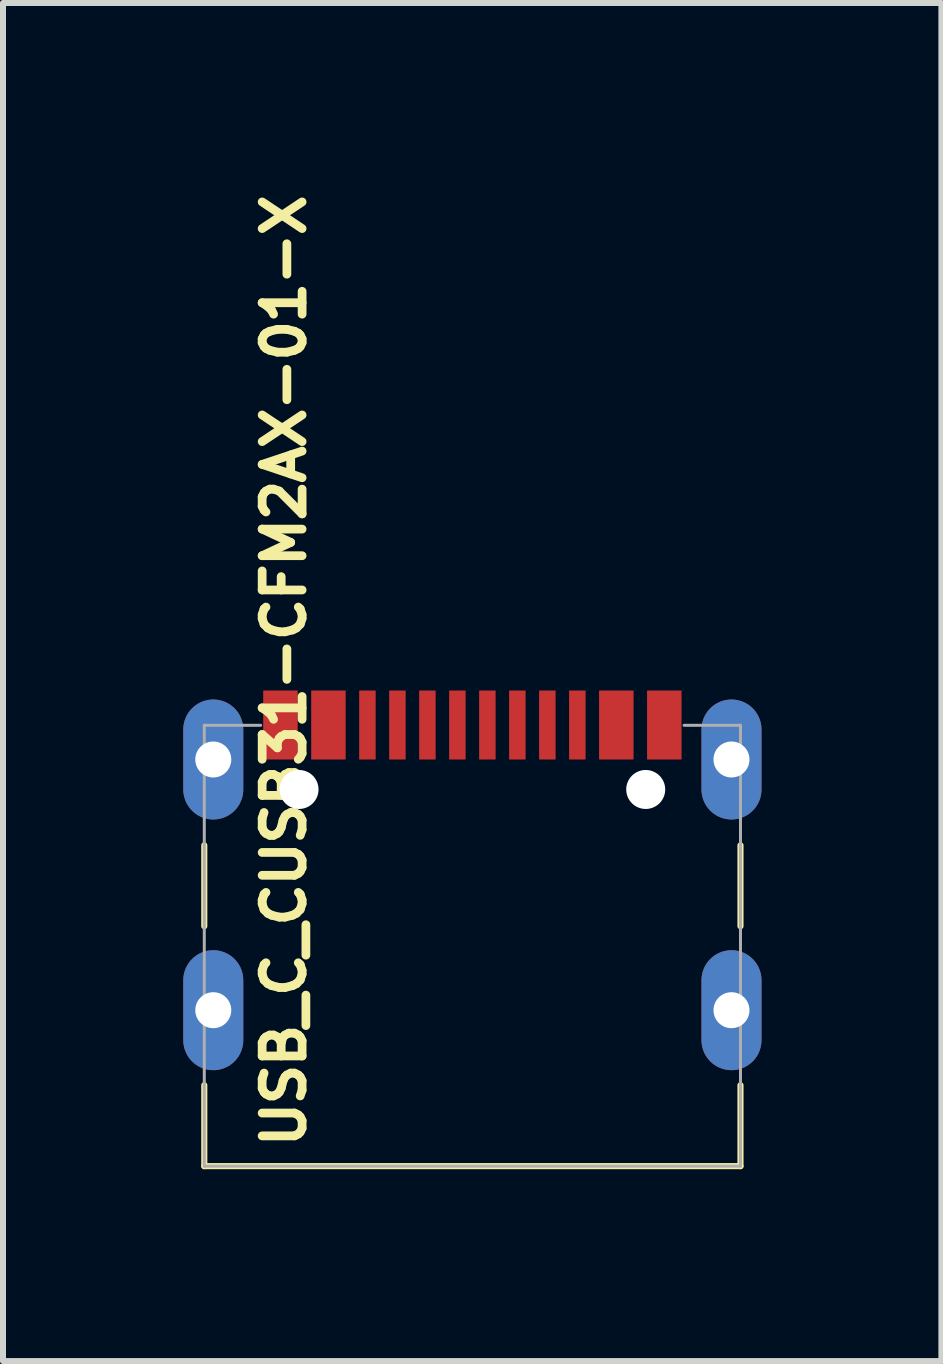
<source format=kicad_pcb>
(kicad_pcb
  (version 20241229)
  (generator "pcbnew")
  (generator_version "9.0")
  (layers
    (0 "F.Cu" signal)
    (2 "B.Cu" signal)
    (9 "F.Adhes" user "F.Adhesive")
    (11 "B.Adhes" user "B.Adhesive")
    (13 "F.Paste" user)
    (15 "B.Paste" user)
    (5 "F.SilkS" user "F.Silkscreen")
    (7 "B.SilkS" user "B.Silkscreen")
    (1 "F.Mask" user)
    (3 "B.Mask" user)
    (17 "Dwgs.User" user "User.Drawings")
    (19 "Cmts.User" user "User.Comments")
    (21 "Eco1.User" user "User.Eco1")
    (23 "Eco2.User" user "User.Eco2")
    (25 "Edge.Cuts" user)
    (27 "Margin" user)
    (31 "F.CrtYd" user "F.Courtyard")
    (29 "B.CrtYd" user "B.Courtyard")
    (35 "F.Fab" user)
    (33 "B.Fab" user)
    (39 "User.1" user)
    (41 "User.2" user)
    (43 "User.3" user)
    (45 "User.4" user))
  (footprint "USB_C_CUSB31-CFM2AX-01-X"
    (layer "F.Cu")
    (at 4.826 16.393)
    (property "Reference" "USB_C_CUSB31-CFM2AX-01-X" (at -2.75 -0.25 90) (unlocked yes) (layer "F.SilkS") (effects (font (size 0.666 0.666) (thickness 0.146)) (justify left bottom)))
    (fp_line (start -4.47 -4) (end -4.47 -5.35) (stroke (width 0.102) (type solid)) (layer "F.SilkS"))
    (fp_line (start -4.47 0) (end -4.47 -1.35) (stroke (width 0.102) (type solid)) (layer "F.SilkS"))
    (fp_line (start 4.47 -5.35) (end 4.47 -4) (stroke (width 0.102) (type solid)) (layer "F.SilkS"))
    (fp_line (start 4.47 -1.35) (end 4.47 0) (stroke (width 0.102) (type solid)) (layer "F.SilkS"))
    (fp_line (start 4.47 0) (end -4.47 0) (stroke (width 0.102) (type solid)) (layer "F.SilkS"))
    (fp_poly (pts (xy -4.169 -7.749) (xy -4.034 -7.68) (xy -3.928 -7.573) (xy -3.835 -7.29) (xy -3.835 -6.274) (xy -3.859 -6.125) (xy -3.928 -5.99) (xy -4.034 -5.883) (xy -4.318 -5.791) (xy -4.449 -5.809) (xy -4.572 -5.859) (xy -4.677 -5.94) (xy -4.758 -6.045) (xy -4.826 -6.299) (xy -4.826 -7.264) (xy -4.809 -7.396) (xy -4.758 -7.518) (xy -4.677 -7.624) (xy -4.572 -7.704) (xy -4.318 -7.772)) (stroke (width 0) (type default)) (fill yes) (layer "F.Paste"))
    (fp_poly (pts (xy -4.156 -3.57) (xy -4.022 -3.502) (xy -3.915 -3.395) (xy -3.823 -3.111) (xy -3.823 -2.095) (xy -3.846 -1.946) (xy -3.915 -1.812) (xy -4.022 -1.705) (xy -4.305 -1.613) (xy -4.437 -1.63) (xy -4.559 -1.681) (xy -4.665 -1.762) (xy -4.745 -1.867) (xy -4.813 -2.121) (xy -4.813 -3.086) (xy -4.796 -3.218) (xy -4.745 -3.34) (xy -4.665 -3.445) (xy -4.559 -3.526) (xy -4.305 -3.594)) (stroke (width 0) (type default)) (fill yes) (layer "F.Paste"))
    (fp_poly (pts (xy 4.48 -7.761) (xy 4.614 -7.693) (xy 4.721 -7.586) (xy 4.813 -7.303) (xy 4.813 -6.287) (xy 4.79 -6.137) (xy 4.721 -6.003) (xy 4.614 -5.896) (xy 4.331 -5.804) (xy 4.199 -5.821) (xy 4.077 -5.872) (xy 3.971 -5.953) (xy 3.891 -6.058) (xy 3.823 -6.312) (xy 3.823 -7.277) (xy 3.84 -7.409) (xy 3.891 -7.531) (xy 3.971 -7.636) (xy 4.077 -7.717) (xy 4.331 -7.785)) (stroke (width 0) (type default)) (fill yes) (layer "F.Paste"))
    (fp_poly (pts (xy 4.48 -3.57) (xy 4.614 -3.502) (xy 4.721 -3.395) (xy 4.813 -3.111) (xy 4.813 -2.095) (xy 4.79 -1.946) (xy 4.721 -1.812) (xy 4.614 -1.705) (xy 4.331 -1.613) (xy 4.199 -1.63) (xy 4.077 -1.681) (xy 3.971 -1.762) (xy 3.891 -1.867) (xy 3.823 -2.121) (xy 3.823 -3.086) (xy 3.84 -3.218) (xy 3.891 -3.34) (xy 3.971 -3.445) (xy 4.077 -3.526) (xy 4.331 -3.594)) (stroke (width 0) (type default)) (fill yes) (layer "F.Paste"))
    (fp_line (start -4.47 -7.35) (end -3.53 -7.35) (stroke (width 0.05) (type solid)) (layer "F.Fab"))
    (fp_line (start -4.47 0) (end -4.47 -7.35) (stroke (width 0.05) (type solid)) (layer "F.Fab"))
    (fp_line (start 3.53 -7.35) (end 4.47 -7.35) (stroke (width 0.05) (type solid)) (layer "F.Fab"))
    (fp_line (start 4.47 -7.35) (end 4.47 0) (stroke (width 0.05) (type solid)) (layer "F.Fab"))
    (fp_line (start 4.47 0) (end -4.47 0) (stroke (width 0.05) (type solid)) (layer "F.Fab"))
    (pad "" np_thru_hole circle (at -2.89 -6.28) (size 0.65 0.65) (drill 0.65) (layers "*.Cu" "*.Mask"))
    (pad "" np_thru_hole circle (at 2.89 -6.28) (size 0.65 0.65) (drill 0.65) (layers "*.Cu" "*.Mask"))
    (pad "A1B12" smd rect (at -3.2 -7.355) (size 0.575 1.15) (layers "F.Cu" "F.Mask" "F.Paste"))
    (pad "A4B9" smd rect (at -2.4 -7.355) (size 0.575 1.15) (layers "F.Cu" "F.Mask" "F.Paste"))
    (pad "A5" smd rect (at -1.25 -7.355) (size 0.275 1.15) (layers "F.Cu" "F.Mask" "F.Paste"))
    (pad "A6" smd rect (at -0.25 -7.355) (size 0.275 1.15) (layers "F.Cu" "F.Mask" "F.Paste"))
    (pad "A7" smd rect (at 0.25 -7.355) (size 0.275 1.15) (layers "F.Cu" "F.Mask" "F.Paste"))
    (pad "A8" smd rect (at 1.25 -7.355) (size 0.275 1.15) (layers "F.Cu" "F.Mask" "F.Paste"))
    (pad "B1A12" smd rect (at 3.2 -7.355) (size 0.575 1.15) (layers "F.Cu" "F.Mask" "F.Paste"))
    (pad "B4A9" smd rect (at 2.4 -7.355) (size 0.575 1.15) (layers "F.Cu" "F.Mask" "F.Paste"))
    (pad "B5" smd rect (at 1.75 -7.355) (size 0.275 1.15) (layers "F.Cu" "F.Mask" "F.Paste"))
    (pad "B6" smd rect (at 0.75 -7.355) (size 0.275 1.15) (layers "F.Cu" "F.Mask" "F.Paste"))
    (pad "B7" smd rect (at -0.75 -7.355) (size 0.275 1.15) (layers "F.Cu" "F.Mask" "F.Paste"))
    (pad "B8" smd rect (at -1.75 -7.355) (size 0.275 1.15) (layers "F.Cu" "F.Mask" "F.Paste"))
    (pad "M1" thru_hole oval (at -4.32 -6.78 90) (size 2 1) (drill 0.6) (layers "*.Cu" "*.Mask"))
    (pad "M2" thru_hole oval (at 4.32 -6.78 90) (size 2 1) (drill 0.6) (layers "*.Cu" "*.Mask"))
    (pad "M3" thru_hole oval (at -4.32 -2.6 90) (size 2 1) (drill 0.6) (layers "*.Cu" "*.Mask"))
    (pad "M4" thru_hole oval (at 4.32 -2.6 90) (size 2 1) (drill 0.6) (layers "*.Cu" "*.Mask")))
  (gr_rect
    (start -3 -3)
    (end 12.646 19.643)
    (stroke (width 0.1) (type default))
    (fill no)
    (layer "Edge.Cuts")))
</source>
